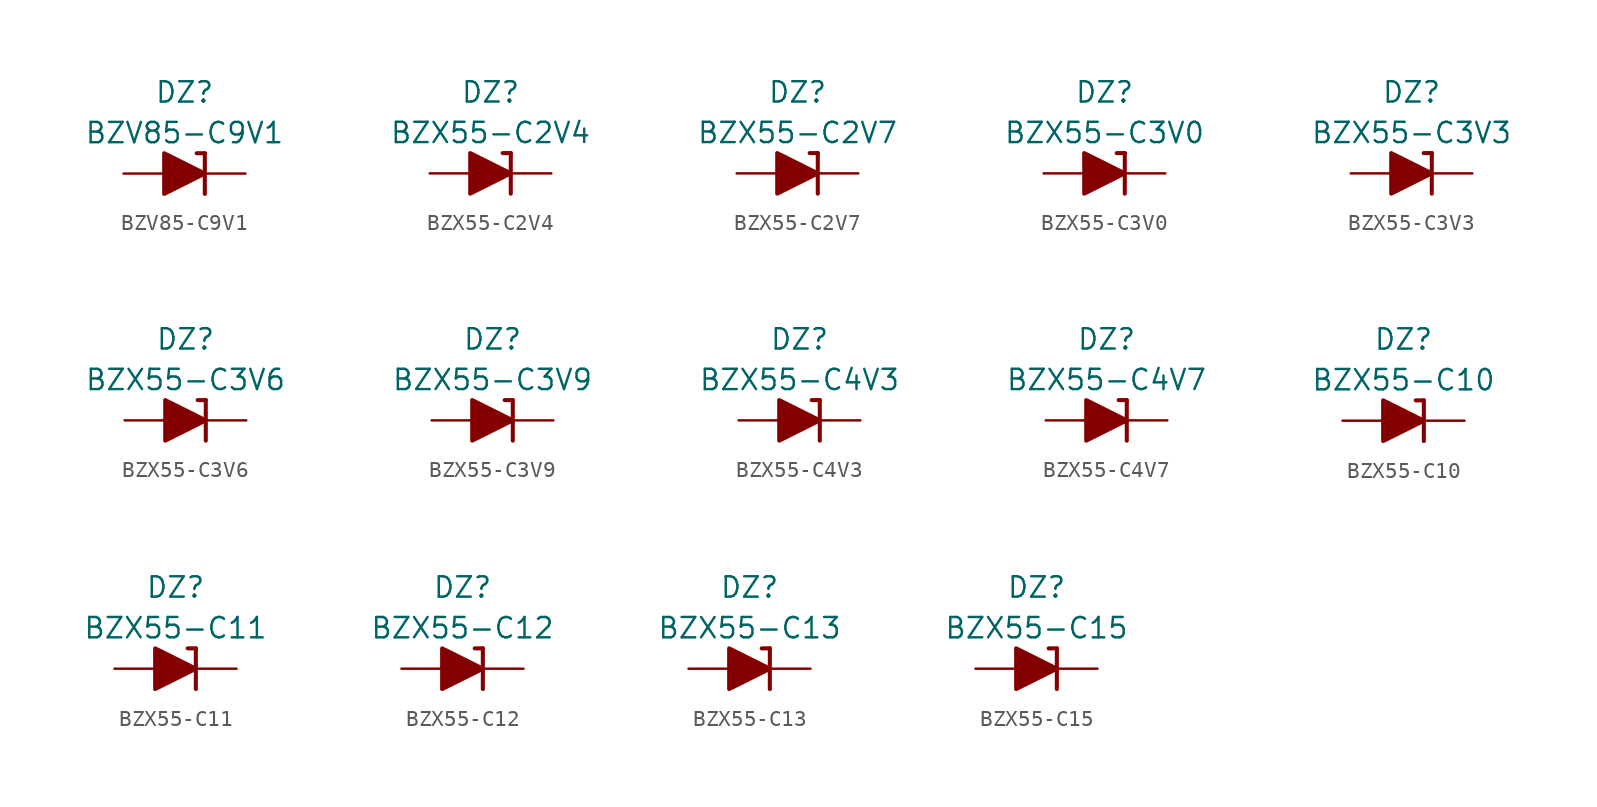
<source format=kicad_sym>
(kicad_symbol_lib
  (version 20211014)
  (generator kicad_symbol_editor)
  (symbol "BZV85-C9V1"
    (pin_numbers hide)
    (pin_names
      (offset 1.016) hide)
    (property "Reference" "DZ"
      (at 0 5.08 0)
      (effects (font (size 1.27 1.27))))
    (property "Value" "BZV85-C9V1"
      (at 0 2.54 0)
      (effects (font (size 1.27 1.27))))
    (symbol "BZV85-C9V1_0_1"
      (polyline (pts (xy -1.27 0) (xy 1.27 0)) (stroke (width 0) (type default) (color 0 0 0 0)) (fill (type none)))
      (polyline (pts (xy 1.27 1.27) (xy 0.762 1.27)) (stroke (width 0.254) (type default) (color 0 0 0 0)) (fill (type none)))
      (polyline (pts (xy 1.27 1.27) (xy 1.27 -1.27)) (stroke (width 0.254) (type default) (color 0 0 0 0)) (fill (type none)))
      (polyline (pts (xy -1.27 -1.27) (xy -1.27 1.27) (xy 1.27 0) (xy -1.27 -1.27)) (stroke (width 0.254) (type default) (color 0 0 0 0)) (fill (type outline))))
    (symbol "BZV85-C9V1_1_1"
      (pin passive line (at 3.81 0 180) (length 2.54) (name "K" (effects (font (size 1.27 1.27)))) (number "1" (effects (font (size 1.27 1.27)))))
      (pin passive line (at -3.81 0 0) (length 2.54) (name "A" (effects (font (size 1.27 1.27)))) (number "2" (effects (font (size 1.27 1.27)))))))
  (symbol "BZX55-C2V4"
    (pin_numbers hide)
    (pin_names
      (offset 1.016) hide)
    (property "Reference" "DZ"
      (at 0 5.08 0)
      (effects (font (size 1.27 1.27))))
    (property "Value" "BZX55-C2V4"
      (at 0 2.54 0)
      (effects (font (size 1.27 1.27))))
    (symbol "BZX55-C2V4_0_1"
      (polyline (pts (xy -1.27 0) (xy 1.27 0)) (stroke (width 0) (type default) (color 0 0 0 0)) (fill (type none)))
      (polyline (pts (xy 1.27 1.27) (xy 0.762 1.27)) (stroke (width 0.254) (type default) (color 0 0 0 0)) (fill (type none)))
      (polyline (pts (xy 1.27 1.27) (xy 1.27 -1.27)) (stroke (width 0.254) (type default) (color 0 0 0 0)) (fill (type none)))
      (polyline (pts (xy -1.27 -1.27) (xy -1.27 1.27) (xy 1.27 0) (xy -1.27 -1.27)) (stroke (width 0.254) (type default) (color 0 0 0 0)) (fill (type outline))))
    (symbol "BZX55-C2V4_1_1"
      (pin passive line (at 3.81 0 180) (length 2.54) (name "K" (effects (font (size 1.27 1.27)))) (number "1" (effects (font (size 1.27 1.27)))))
      (pin passive line (at -3.81 0 0) (length 2.54) (name "A" (effects (font (size 1.27 1.27)))) (number "2" (effects (font (size 1.27 1.27)))))))
  (symbol "BZX55-C2V7"
    (pin_numbers hide)
    (pin_names
      (offset 1.016) hide)
    (property "Reference" "DZ"
      (at 0 5.08 0)
      (effects (font (size 1.27 1.27))))
    (property "Value" "BZX55-C2V7"
      (at 0 2.54 0)
      (effects (font (size 1.27 1.27))))
    (symbol "BZX55-C2V7_0_1"
      (polyline (pts (xy -1.27 0) (xy 1.27 0)) (stroke (width 0) (type default) (color 0 0 0 0)) (fill (type none)))
      (polyline (pts (xy 1.27 1.27) (xy 0.762 1.27)) (stroke (width 0.254) (type default) (color 0 0 0 0)) (fill (type none)))
      (polyline (pts (xy 1.27 1.27) (xy 1.27 -1.27)) (stroke (width 0.254) (type default) (color 0 0 0 0)) (fill (type none)))
      (polyline (pts (xy -1.27 -1.27) (xy -1.27 1.27) (xy 1.27 0) (xy -1.27 -1.27)) (stroke (width 0.254) (type default) (color 0 0 0 0)) (fill (type outline))))
    (symbol "BZX55-C2V7_1_1"
      (pin passive line (at 3.81 0 180) (length 2.54) (name "K" (effects (font (size 1.27 1.27)))) (number "1" (effects (font (size 1.27 1.27)))))
      (pin passive line (at -3.81 0 0) (length 2.54) (name "A" (effects (font (size 1.27 1.27)))) (number "2" (effects (font (size 1.27 1.27)))))))
  (symbol "BZX55-C3V0"
    (pin_numbers hide)
    (pin_names
      (offset 1.016) hide)
    (property "Reference" "DZ"
      (at 0 5.08 0)
      (effects (font (size 1.27 1.27))))
    (property "Value" "BZX55-C3V0"
      (at 0 2.54 0)
      (effects (font (size 1.27 1.27))))
    (symbol "BZX55-C3V0_0_1"
      (polyline (pts (xy -1.27 0) (xy 1.27 0)) (stroke (width 0) (type default) (color 0 0 0 0)) (fill (type none)))
      (polyline (pts (xy 1.27 1.27) (xy 0.762 1.27)) (stroke (width 0.254) (type default) (color 0 0 0 0)) (fill (type none)))
      (polyline (pts (xy 1.27 1.27) (xy 1.27 -1.27)) (stroke (width 0.254) (type default) (color 0 0 0 0)) (fill (type none)))
      (polyline (pts (xy -1.27 -1.27) (xy -1.27 1.27) (xy 1.27 0) (xy -1.27 -1.27)) (stroke (width 0.254) (type default) (color 0 0 0 0)) (fill (type outline))))
    (symbol "BZX55-C3V0_1_1"
      (pin passive line (at 3.81 0 180) (length 2.54) (name "K" (effects (font (size 1.27 1.27)))) (number "1" (effects (font (size 1.27 1.27)))))
      (pin passive line (at -3.81 0 0) (length 2.54) (name "A" (effects (font (size 1.27 1.27)))) (number "2" (effects (font (size 1.27 1.27)))))))
  (symbol "BZX55-C3V3"
    (pin_numbers hide)
    (pin_names
      (offset 1.016) hide)
    (property "Reference" "DZ"
      (at 0 5.08 0)
      (effects (font (size 1.27 1.27))))
    (property "Value" "BZX55-C3V3"
      (at 0 2.54 0)
      (effects (font (size 1.27 1.27))))
    (symbol "BZX55-C3V3_0_1"
      (polyline (pts (xy -1.27 0) (xy 1.27 0)) (stroke (width 0) (type default) (color 0 0 0 0)) (fill (type none)))
      (polyline (pts (xy 1.27 1.27) (xy 0.762 1.27)) (stroke (width 0.254) (type default) (color 0 0 0 0)) (fill (type none)))
      (polyline (pts (xy 1.27 1.27) (xy 1.27 -1.27)) (stroke (width 0.254) (type default) (color 0 0 0 0)) (fill (type none)))
      (polyline (pts (xy -1.27 -1.27) (xy -1.27 1.27) (xy 1.27 0) (xy -1.27 -1.27)) (stroke (width 0.254) (type default) (color 0 0 0 0)) (fill (type outline))))
    (symbol "BZX55-C3V3_1_1"
      (pin passive line (at 3.81 0 180) (length 2.54) (name "K" (effects (font (size 1.27 1.27)))) (number "1" (effects (font (size 1.27 1.27)))))
      (pin passive line (at -3.81 0 0) (length 2.54) (name "A" (effects (font (size 1.27 1.27)))) (number "2" (effects (font (size 1.27 1.27)))))))
  (symbol "BZX55-C3V6"
    (pin_numbers hide)
    (pin_names
      (offset 1.016) hide)
    (property "Reference" "DZ"
      (at 0 5.08 0)
      (effects (font (size 1.27 1.27))))
    (property "Value" "BZX55-C3V6"
      (at 0 2.54 0)
      (effects (font (size 1.27 1.27))))
    (symbol "BZX55-C3V6_0_1"
      (polyline (pts (xy -1.27 0) (xy 1.27 0)) (stroke (width 0) (type default) (color 0 0 0 0)) (fill (type none)))
      (polyline (pts (xy 1.27 1.27) (xy 0.762 1.27)) (stroke (width 0.254) (type default) (color 0 0 0 0)) (fill (type none)))
      (polyline (pts (xy 1.27 1.27) (xy 1.27 -1.27)) (stroke (width 0.254) (type default) (color 0 0 0 0)) (fill (type none)))
      (polyline (pts (xy -1.27 -1.27) (xy -1.27 1.27) (xy 1.27 0) (xy -1.27 -1.27)) (stroke (width 0.254) (type default) (color 0 0 0 0)) (fill (type outline))))
    (symbol "BZX55-C3V6_1_1"
      (pin passive line (at 3.81 0 180) (length 2.54) (name "K" (effects (font (size 1.27 1.27)))) (number "1" (effects (font (size 1.27 1.27)))))
      (pin passive line (at -3.81 0 0) (length 2.54) (name "A" (effects (font (size 1.27 1.27)))) (number "2" (effects (font (size 1.27 1.27)))))))
  (symbol "BZX55-C3V9"
    (pin_numbers hide)
    (pin_names
      (offset 1.016) hide)
    (property "Reference" "DZ"
      (at 0 5.08 0)
      (effects (font (size 1.27 1.27))))
    (property "Value" "BZX55-C3V9"
      (at 0 2.54 0)
      (effects (font (size 1.27 1.27))))
    (symbol "BZX55-C3V9_0_1"
      (polyline (pts (xy -1.27 0) (xy 1.27 0)) (stroke (width 0) (type default) (color 0 0 0 0)) (fill (type none)))
      (polyline (pts (xy 1.27 1.27) (xy 0.762 1.27)) (stroke (width 0.254) (type default) (color 0 0 0 0)) (fill (type none)))
      (polyline (pts (xy 1.27 1.27) (xy 1.27 -1.27)) (stroke (width 0.254) (type default) (color 0 0 0 0)) (fill (type none)))
      (polyline (pts (xy -1.27 -1.27) (xy -1.27 1.27) (xy 1.27 0) (xy -1.27 -1.27)) (stroke (width 0.254) (type default) (color 0 0 0 0)) (fill (type outline))))
    (symbol "BZX55-C3V9_1_1"
      (pin passive line (at 3.81 0 180) (length 2.54) (name "K" (effects (font (size 1.27 1.27)))) (number "1" (effects (font (size 1.27 1.27)))))
      (pin passive line (at -3.81 0 0) (length 2.54) (name "A" (effects (font (size 1.27 1.27)))) (number "2" (effects (font (size 1.27 1.27)))))))
  (symbol "BZX55-C4V3"
    (pin_numbers hide)
    (pin_names
      (offset 1.016) hide)
    (property "Reference" "DZ"
      (at 0 5.08 0)
      (effects (font (size 1.27 1.27))))
    (property "Value" "BZX55-C4V3"
      (at 0 2.54 0)
      (effects (font (size 1.27 1.27))))
    (symbol "BZX55-C4V3_0_1"
      (polyline (pts (xy -1.27 0) (xy 1.27 0)) (stroke (width 0) (type default) (color 0 0 0 0)) (fill (type none)))
      (polyline (pts (xy 1.27 1.27) (xy 0.762 1.27)) (stroke (width 0.254) (type default) (color 0 0 0 0)) (fill (type none)))
      (polyline (pts (xy 1.27 1.27) (xy 1.27 -1.27)) (stroke (width 0.254) (type default) (color 0 0 0 0)) (fill (type none)))
      (polyline (pts (xy -1.27 -1.27) (xy -1.27 1.27) (xy 1.27 0) (xy -1.27 -1.27)) (stroke (width 0.254) (type default) (color 0 0 0 0)) (fill (type outline))))
    (symbol "BZX55-C4V3_1_1"
      (pin passive line (at 3.81 0 180) (length 2.54) (name "K" (effects (font (size 1.27 1.27)))) (number "1" (effects (font (size 1.27 1.27)))))
      (pin passive line (at -3.81 0 0) (length 2.54) (name "A" (effects (font (size 1.27 1.27)))) (number "2" (effects (font (size 1.27 1.27)))))))
  (symbol "BZX55-C4V7"
    (pin_numbers hide)
    (pin_names
      (offset 1.016) hide)
    (property "Reference" "DZ"
      (at 0 5.08 0)
      (effects (font (size 1.27 1.27))))
    (property "Value" "BZX55-C4V7"
      (at 0 2.54 0)
      (effects (font (size 1.27 1.27))))
    (symbol "BZX55-C4V7_0_1"
      (polyline (pts (xy -1.27 0) (xy 1.27 0)) (stroke (width 0) (type default) (color 0 0 0 0)) (fill (type none)))
      (polyline (pts (xy 1.27 1.27) (xy 0.762 1.27)) (stroke (width 0.254) (type default) (color 0 0 0 0)) (fill (type none)))
      (polyline (pts (xy 1.27 1.27) (xy 1.27 -1.27)) (stroke (width 0.254) (type default) (color 0 0 0 0)) (fill (type none)))
      (polyline (pts (xy -1.27 -1.27) (xy -1.27 1.27) (xy 1.27 0) (xy -1.27 -1.27)) (stroke (width 0.254) (type default) (color 0 0 0 0)) (fill (type outline))))
    (symbol "BZX55-C4V7_1_1"
      (pin passive line (at 3.81 0 180) (length 2.54) (name "K" (effects (font (size 1.27 1.27)))) (number "1" (effects (font (size 1.27 1.27)))))
      (pin passive line (at -3.81 0 0) (length 2.54) (name "A" (effects (font (size 1.27 1.27)))) (number "2" (effects (font (size 1.27 1.27)))))))
  (symbol "BZX55-C10"
    (pin_numbers hide)
    (pin_names
      (offset 1.016) hide)
    (property "Reference" "DZ"
      (at 0 5.08 0)
      (effects (font (size 1.27 1.27))))
    (property "Value" "BZX55-C10"
      (at 0 2.54 0)
      (effects (font (size 1.27 1.27))))
    (symbol "BZX55-C10_0_1"
      (polyline (pts (xy -1.27 0) (xy 1.27 0)) (stroke (width 0) (type default) (color 0 0 0 0)) (fill (type none)))
      (polyline (pts (xy 1.27 1.27) (xy 0.762 1.27)) (stroke (width 0.254) (type default) (color 0 0 0 0)) (fill (type none)))
      (polyline (pts (xy 1.27 1.27) (xy 1.27 -1.27)) (stroke (width 0.254) (type default) (color 0 0 0 0)) (fill (type none)))
      (polyline (pts (xy -1.27 -1.27) (xy -1.27 1.27) (xy 1.27 0) (xy -1.27 -1.27)) (stroke (width 0.254) (type default) (color 0 0 0 0)) (fill (type outline))))
    (symbol "BZX55-C10_1_1"
      (pin passive line (at 3.81 0 180) (length 2.54) (name "K" (effects (font (size 1.27 1.27)))) (number "1" (effects (font (size 1.27 1.27)))))
      (pin passive line (at -3.81 0 0) (length 2.54) (name "A" (effects (font (size 1.27 1.27)))) (number "2" (effects (font (size 1.27 1.27)))))))
  (symbol "BZX55-C11"
    (pin_numbers hide)
    (pin_names
      (offset 1.016) hide)
    (property "Reference" "DZ"
      (at 0 5.08 0)
      (effects (font (size 1.27 1.27))))
    (property "Value" "BZX55-C11"
      (at 0 2.54 0)
      (effects (font (size 1.27 1.27))))
    (symbol "BZX55-C11_0_1"
      (polyline (pts (xy -1.27 0) (xy 1.27 0)) (stroke (width 0) (type default) (color 0 0 0 0)) (fill (type none)))
      (polyline (pts (xy 1.27 1.27) (xy 0.762 1.27)) (stroke (width 0.254) (type default) (color 0 0 0 0)) (fill (type none)))
      (polyline (pts (xy 1.27 1.27) (xy 1.27 -1.27)) (stroke (width 0.254) (type default) (color 0 0 0 0)) (fill (type none)))
      (polyline (pts (xy -1.27 -1.27) (xy -1.27 1.27) (xy 1.27 0) (xy -1.27 -1.27)) (stroke (width 0.254) (type default) (color 0 0 0 0)) (fill (type outline))))
    (symbol "BZX55-C11_1_1"
      (pin passive line (at 3.81 0 180) (length 2.54) (name "K" (effects (font (size 1.27 1.27)))) (number "1" (effects (font (size 1.27 1.27)))))
      (pin passive line (at -3.81 0 0) (length 2.54) (name "A" (effects (font (size 1.27 1.27)))) (number "2" (effects (font (size 1.27 1.27)))))))
  (symbol "BZX55-C12"
    (pin_numbers hide)
    (pin_names
      (offset 1.016) hide)
    (property "Reference" "DZ"
      (at 0 5.08 0)
      (effects (font (size 1.27 1.27))))
    (property "Value" "BZX55-C12"
      (at 0 2.54 0)
      (effects (font (size 1.27 1.27))))
    (symbol "BZX55-C12_0_1"
      (polyline (pts (xy -1.27 0) (xy 1.27 0)) (stroke (width 0) (type default) (color 0 0 0 0)) (fill (type none)))
      (polyline (pts (xy 1.27 1.27) (xy 0.762 1.27)) (stroke (width 0.254) (type default) (color 0 0 0 0)) (fill (type none)))
      (polyline (pts (xy 1.27 1.27) (xy 1.27 -1.27)) (stroke (width 0.254) (type default) (color 0 0 0 0)) (fill (type none)))
      (polyline (pts (xy -1.27 -1.27) (xy -1.27 1.27) (xy 1.27 0) (xy -1.27 -1.27)) (stroke (width 0.254) (type default) (color 0 0 0 0)) (fill (type outline))))
    (symbol "BZX55-C12_1_1"
      (pin passive line (at 3.81 0 180) (length 2.54) (name "K" (effects (font (size 1.27 1.27)))) (number "1" (effects (font (size 1.27 1.27)))))
      (pin passive line (at -3.81 0 0) (length 2.54) (name "A" (effects (font (size 1.27 1.27)))) (number "2" (effects (font (size 1.27 1.27)))))))
  (symbol "BZX55-C13"
    (pin_numbers hide)
    (pin_names
      (offset 1.016) hide)
    (property "Reference" "DZ"
      (at 0 5.08 0)
      (effects (font (size 1.27 1.27))))
    (property "Value" "BZX55-C13"
      (at 0 2.54 0)
      (effects (font (size 1.27 1.27))))
    (symbol "BZX55-C13_0_1"
      (polyline (pts (xy -1.27 0) (xy 1.27 0)) (stroke (width 0) (type default) (color 0 0 0 0)) (fill (type none)))
      (polyline (pts (xy 1.27 1.27) (xy 0.762 1.27)) (stroke (width 0.254) (type default) (color 0 0 0 0)) (fill (type none)))
      (polyline (pts (xy 1.27 1.27) (xy 1.27 -1.27)) (stroke (width 0.254) (type default) (color 0 0 0 0)) (fill (type none)))
      (polyline (pts (xy -1.27 -1.27) (xy -1.27 1.27) (xy 1.27 0) (xy -1.27 -1.27)) (stroke (width 0.254) (type default) (color 0 0 0 0)) (fill (type outline))))
    (symbol "BZX55-C13_1_1"
      (pin passive line (at 3.81 0 180) (length 2.54) (name "K" (effects (font (size 1.27 1.27)))) (number "1" (effects (font (size 1.27 1.27)))))
      (pin passive line (at -3.81 0 0) (length 2.54) (name "A" (effects (font (size 1.27 1.27)))) (number "2" (effects (font (size 1.27 1.27)))))))
  (symbol "BZX55-C15"
    (pin_numbers hide)
    (pin_names
      (offset 1.016) hide)
    (property "Reference" "DZ"
      (at 0 5.08 0)
      (effects (font (size 1.27 1.27))))
    (property "Value" "BZX55-C15"
      (at 0 2.54 0)
      (effects (font (size 1.27 1.27))))
    (symbol "BZX55-C15_0_1"
      (polyline (pts (xy -1.27 0) (xy 1.27 0)) (stroke (width 0) (type default) (color 0 0 0 0)) (fill (type none)))
      (polyline (pts (xy 1.27 1.27) (xy 0.762 1.27)) (stroke (width 0.254) (type default) (color 0 0 0 0)) (fill (type none)))
      (polyline (pts (xy 1.27 1.27) (xy 1.27 -1.27)) (stroke (width 0.254) (type default) (color 0 0 0 0)) (fill (type none)))
      (polyline (pts (xy -1.27 -1.27) (xy -1.27 1.27) (xy 1.27 0) (xy -1.27 -1.27)) (stroke (width 0.254) (type default) (color 0 0 0 0)) (fill (type outline))))
    (symbol "BZX55-C15_1_1"
      (pin passive line (at 3.81 0 180) (length 2.54) (name "K" (effects (font (size 1.27 1.27)))) (number "1" (effects (font (size 1.27 1.27)))))
      (pin passive line (at -3.81 0 0) (length 2.54) (name "A" (effects (font (size 1.27 1.27)))) (number "2" (effects (font (size 1.27 1.27))))))))
</source>
